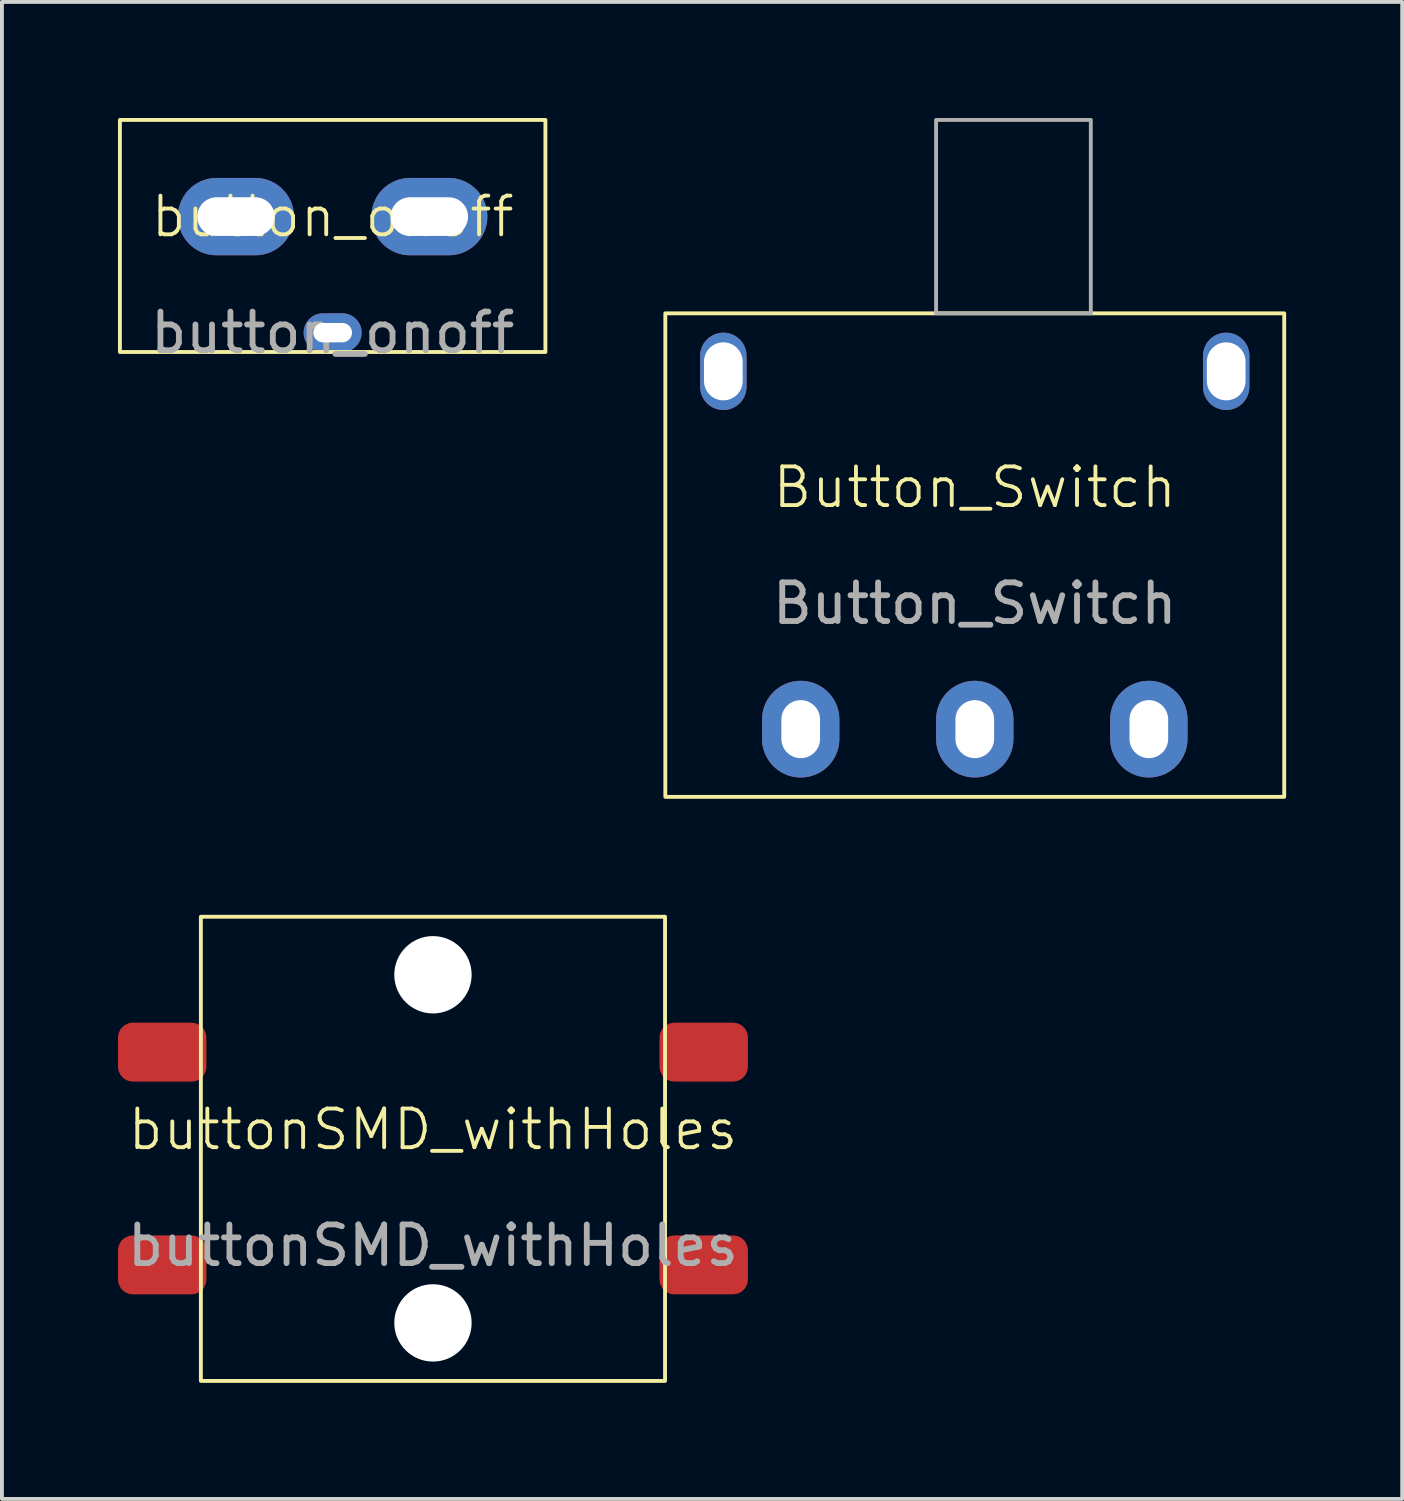
<source format=kicad_pcb>
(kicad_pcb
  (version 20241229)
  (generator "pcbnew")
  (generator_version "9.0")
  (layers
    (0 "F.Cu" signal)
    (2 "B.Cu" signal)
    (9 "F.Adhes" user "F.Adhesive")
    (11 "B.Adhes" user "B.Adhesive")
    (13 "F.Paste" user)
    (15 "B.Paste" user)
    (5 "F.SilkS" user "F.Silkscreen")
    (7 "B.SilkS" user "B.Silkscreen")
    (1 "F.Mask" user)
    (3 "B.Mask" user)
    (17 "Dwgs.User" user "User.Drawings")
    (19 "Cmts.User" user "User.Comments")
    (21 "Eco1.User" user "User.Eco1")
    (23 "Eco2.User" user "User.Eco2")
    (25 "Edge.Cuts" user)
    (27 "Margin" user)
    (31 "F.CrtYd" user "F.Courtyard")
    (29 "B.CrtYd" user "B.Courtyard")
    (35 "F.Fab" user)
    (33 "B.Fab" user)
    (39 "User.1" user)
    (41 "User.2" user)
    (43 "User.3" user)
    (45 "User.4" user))
  (footprint "buttonSMD_withHoles"
    (layer "F.Cu")
    (at 8.143 26.65)
    (property "Reference" "buttonSMD_withHoles" (at 0 -0.5 0) (unlocked yes) (layer "F.SilkS") (effects (font (size 1 1) (thickness 0.1))))
    (attr smd)
    (fp_rect (start -6 -6) (end 6 6) (stroke (width 0.1) (type default)) (fill no) (layer "F.SilkS"))
    (fp_text user "${REFERENCE}" (at 0 2.5 0) (unlocked yes) (layer "F.Fab") (effects (font (size 1 1) (thickness 0.15))))
    (pad "" np_thru_hole circle (at 0 -4.5) (size 2 2) (drill 2) (layers "*.Cu" "*.Mask"))
    (pad "" np_thru_hole circle (at 0 4.5) (size 2 2) (drill 2) (layers "*.Cu" "*.Mask"))
    (pad "1" smd roundrect (at -7 -2.5) (size 2.286 1.524) (layers "F.Cu" "F.Mask" "F.Paste") (roundrect_rratio 0.25))
    (pad "1" smd roundrect (at 7 -2.5) (size 2.286 1.524) (layers "F.Cu" "F.Mask" "F.Paste") (roundrect_rratio 0.25))
    (pad "2" smd roundrect (at -7 3) (size 2.286 1.524) (layers "F.Cu" "F.Mask" "F.Paste") (roundrect_rratio 0.25))
    (pad "2" smd roundrect (at 7 3) (size 2.286 1.524) (layers "F.Cu" "F.Mask" "F.Paste") (roundrect_rratio 0.25)))
  (footprint "Button_Switch"
    (layer "F.Cu")
    (at 22.15 10.05)
    (property "Reference" "Button_Switch" (at 0 -0.5 0) (unlocked yes) (layer "F.SilkS") (effects (font (size 1 1) (thickness 0.1))))
    (attr through_hole)
    (fp_rect (start -8 -5) (end 8 7.5) (stroke (width 0.1) (type default)) (fill no) (layer "F.SilkS"))
    (fp_rect (start -1 -10) (end 3 -5) (stroke (width 0.1) (type default)) (fill no) (layer "F.Fab"))
    (fp_text user "${REFERENCE}" (at 0 2.5 0) (unlocked yes) (layer "F.Fab") (effects (font (size 1 1) (thickness 0.15))))
    (pad "" np_thru_hole oval (at -6.5 -3.5) (size 1.2 2) (drill oval 1 1.5) (layers "*.Cu" "*.Mask"))
    (pad "" np_thru_hole oval (at 6.5 -3.5) (size 1.2 2) (drill oval 1 1.5) (layers "*.Cu" "*.Mask"))
    (pad "1" thru_hole oval (at -4.5 5.75) (size 2 2.5) (drill oval 1 1.5) (layers "*.Cu" "*.Mask"))
    (pad "2" thru_hole oval (at 0 5.75) (size 2 2.5) (drill oval 1 1.5) (layers "*.Cu" "*.Mask"))
    (pad "3" thru_hole oval (at 4.5 5.75) (size 2 2.5) (drill oval 1 1.5) (layers "*.Cu" "*.Mask")))
  (footprint "button_onoff"
    (layer "F.Cu")
    (at 5.55 3.05)
    (property "Reference" "button_onoff" (at 0 -0.5 0) (unlocked yes) (layer "F.SilkS") (effects (font (size 1 1) (thickness 0.1))))
    (attr through_hole)
    (fp_rect (start -5.5 -3) (end 5.5 3) (stroke (width 0.1) (type default)) (fill no) (layer "F.SilkS"))
    (fp_text user "${REFERENCE}" (at 0 2.5 0) (unlocked yes) (layer "F.Fab") (effects (font (size 1 1) (thickness 0.15))))
    (pad "1" thru_hole oval (at 0 2.5) (size 1.5 1) (drill oval 1 0.5) (layers "*.Cu" "*.Mask"))
    (pad "2" thru_hole oval (at -2.5 -0.5) (size 3 2) (drill oval 2 1) (layers "*.Cu" "*.Mask"))
    (pad "2" thru_hole oval (at 2.5 -0.5) (size 3 2) (drill oval 2 1) (layers "*.Cu" "*.Mask")))
  (gr_rect
    (start -3 -3)
    (end 33.2 35.7)
    (stroke (width 0.1) (type default))
    (fill no)
    (layer "Edge.Cuts")))
</source>
